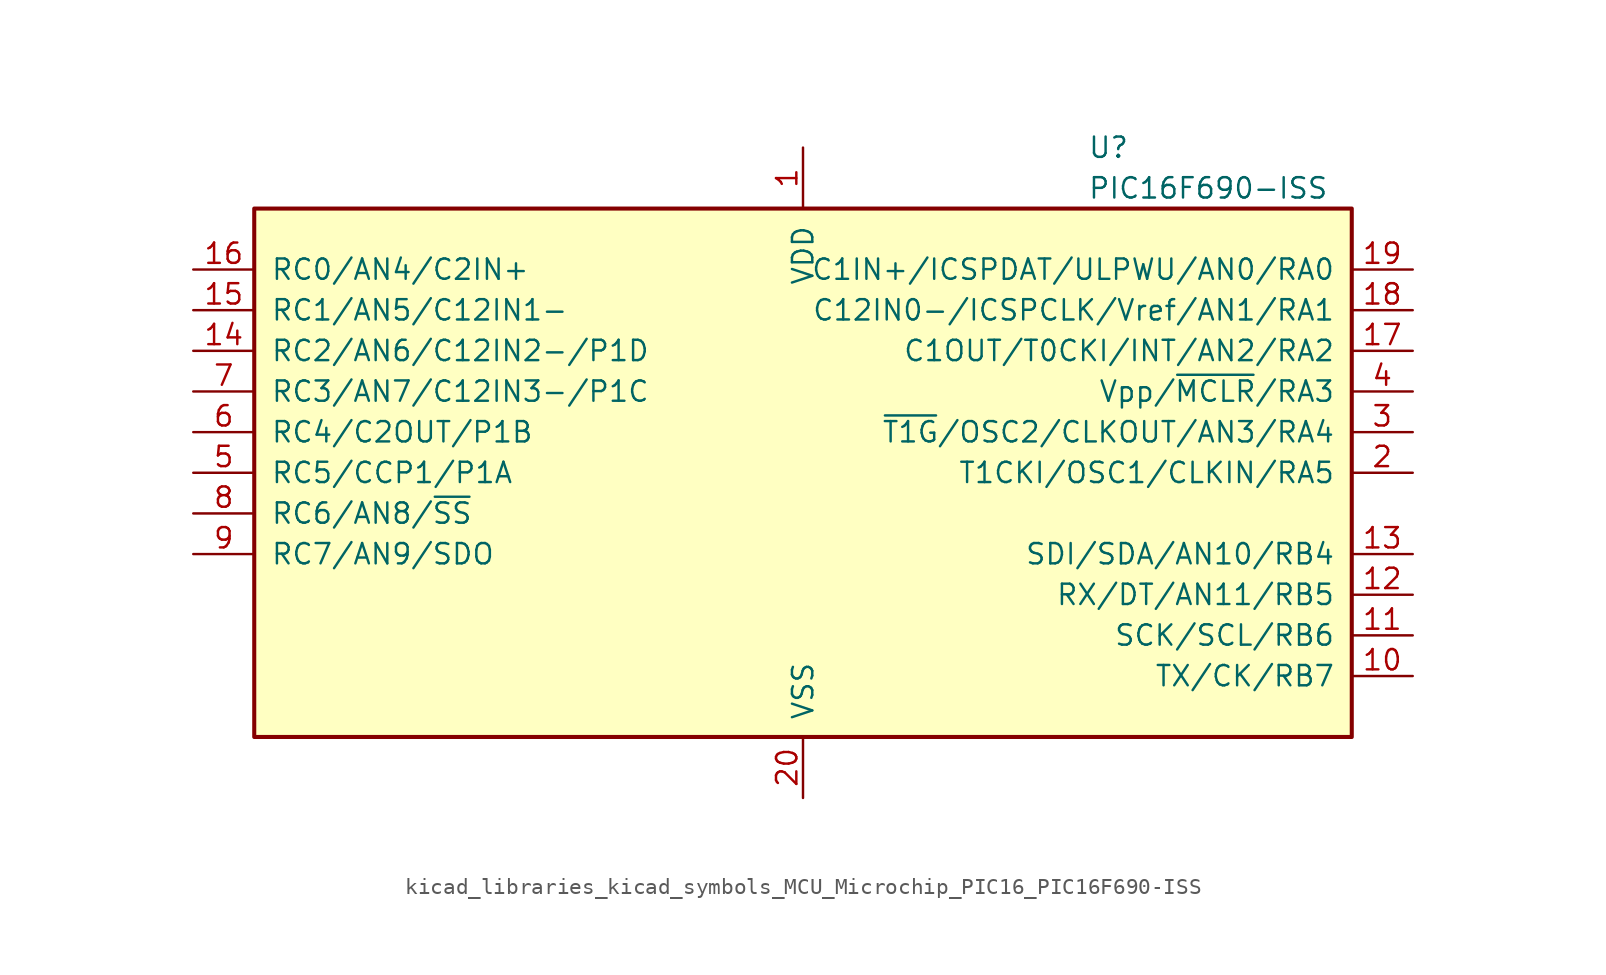
<source format=kicad_sym>
(kicad_symbol_lib
  (version 20220914)
  (generator kicad_symbol_editor)
  (symbol "kicad_libraries_kicad_symbols_MCU_Microchip_PIC16_PIC16F690-ISS"
    (pin_names
      (offset 1.016))
    (property "Reference" "U"
      (at 17.78 20.32 0)
      (effects (font (size 1.27 1.27)) (justify left)))
    (property "Value" "PIC16F690-ISS"
      (at 17.78 17.78 0)
      (effects (font (size 1.27 1.27)) (justify left)))
    (symbol "kicad_libraries_kicad_symbols_MCU_Microchip_PIC16_PIC16F690-ISS_0_1"
      (rectangle (start -34.29 16.51) (end 34.29 -16.51) (stroke (width 0.254) (type default)) (fill (type background))))
    (symbol "kicad_libraries_kicad_symbols_MCU_Microchip_PIC16_PIC16F690-ISS_1_1"
      (pin power_in line (at 0 20.32 270) (length 3.81) (name "VDD" (effects (font (size 1.27 1.27)))) (number "1" (effects (font (size 1.27 1.27)))))
      (pin bidirectional line (at 38.1 -12.7 180) (length 3.81) (name "TX/CK/RB7" (effects (font (size 1.27 1.27)))) (number "10" (effects (font (size 1.27 1.27)))))
      (pin bidirectional line (at 38.1 -10.16 180) (length 3.81) (name "SCK/SCL/RB6" (effects (font (size 1.27 1.27)))) (number "11" (effects (font (size 1.27 1.27)))))
      (pin bidirectional line (at 38.1 -7.62 180) (length 3.81) (name "RX/DT/AN11/RB5" (effects (font (size 1.27 1.27)))) (number "12" (effects (font (size 1.27 1.27)))))
      (pin bidirectional line (at 38.1 -5.08 180) (length 3.81) (name "SDI/SDA/AN10/RB4" (effects (font (size 1.27 1.27)))) (number "13" (effects (font (size 1.27 1.27)))))
      (pin bidirectional line (at -38.1 7.62 0) (length 3.81) (name "RC2/AN6/C12IN2-/P1D" (effects (font (size 1.27 1.27)))) (number "14" (effects (font (size 1.27 1.27)))))
      (pin bidirectional line (at -38.1 10.16 0) (length 3.81) (name "RC1/AN5/C12IN1-" (effects (font (size 1.27 1.27)))) (number "15" (effects (font (size 1.27 1.27)))))
      (pin bidirectional line (at -38.1 12.7 0) (length 3.81) (name "RC0/AN4/C2IN+" (effects (font (size 1.27 1.27)))) (number "16" (effects (font (size 1.27 1.27)))))
      (pin bidirectional line (at 38.1 7.62 180) (length 3.81) (name "C1OUT/T0CKI/INT/AN2/RA2" (effects (font (size 1.27 1.27)))) (number "17" (effects (font (size 1.27 1.27)))))
      (pin bidirectional line (at 38.1 10.16 180) (length 3.81) (name "C12IN0-/ICSPCLK/Vref/AN1/RA1" (effects (font (size 1.27 1.27)))) (number "18" (effects (font (size 1.27 1.27)))))
      (pin bidirectional line (at 38.1 12.7 180) (length 3.81) (name "C1IN+/ICSPDAT/ULPWU/AN0/RA0" (effects (font (size 1.27 1.27)))) (number "19" (effects (font (size 1.27 1.27)))))
      (pin bidirectional line (at 38.1 0 180) (length 3.81) (name "T1CKI/OSC1/CLKIN/RA5" (effects (font (size 1.27 1.27)))) (number "2" (effects (font (size 1.27 1.27)))))
      (pin power_in line (at 0 -20.32 90) (length 3.81) (name "VSS" (effects (font (size 1.27 1.27)))) (number "20" (effects (font (size 1.27 1.27)))))
      (pin bidirectional line (at 38.1 2.54 180) (length 3.81) (name "~{T1G}/OSC2/CLKOUT/AN3/RA4" (effects (font (size 1.27 1.27)))) (number "3" (effects (font (size 1.27 1.27)))))
      (pin input line (at 38.1 5.08 180) (length 3.81) (name "Vpp/~{MCLR}/RA3" (effects (font (size 1.27 1.27)))) (number "4" (effects (font (size 1.27 1.27)))))
      (pin bidirectional line (at -38.1 0 0) (length 3.81) (name "RC5/CCP1/P1A" (effects (font (size 1.27 1.27)))) (number "5" (effects (font (size 1.27 1.27)))))
      (pin bidirectional line (at -38.1 2.54 0) (length 3.81) (name "RC4/C2OUT/P1B" (effects (font (size 1.27 1.27)))) (number "6" (effects (font (size 1.27 1.27)))))
      (pin bidirectional line (at -38.1 5.08 0) (length 3.81) (name "RC3/AN7/C12IN3-/P1C" (effects (font (size 1.27 1.27)))) (number "7" (effects (font (size 1.27 1.27)))))
      (pin bidirectional line (at -38.1 -2.54 0) (length 3.81) (name "RC6/AN8/~{SS}" (effects (font (size 1.27 1.27)))) (number "8" (effects (font (size 1.27 1.27)))))
      (pin bidirectional line (at -38.1 -5.08 0) (length 3.81) (name "RC7/AN9/SDO" (effects (font (size 1.27 1.27)))) (number "9" (effects (font (size 1.27 1.27))))))))
</source>
